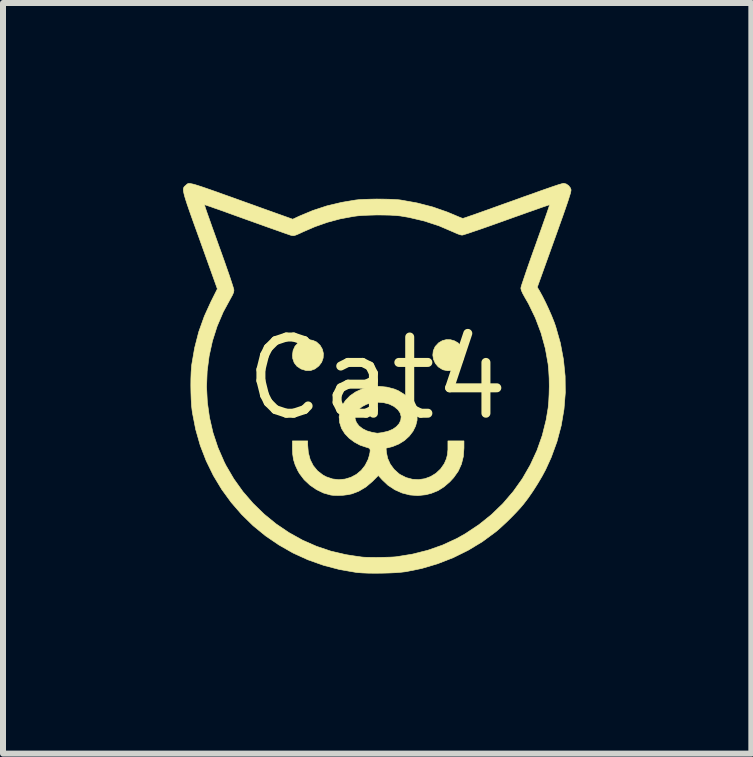
<source format=kicad_pcb>
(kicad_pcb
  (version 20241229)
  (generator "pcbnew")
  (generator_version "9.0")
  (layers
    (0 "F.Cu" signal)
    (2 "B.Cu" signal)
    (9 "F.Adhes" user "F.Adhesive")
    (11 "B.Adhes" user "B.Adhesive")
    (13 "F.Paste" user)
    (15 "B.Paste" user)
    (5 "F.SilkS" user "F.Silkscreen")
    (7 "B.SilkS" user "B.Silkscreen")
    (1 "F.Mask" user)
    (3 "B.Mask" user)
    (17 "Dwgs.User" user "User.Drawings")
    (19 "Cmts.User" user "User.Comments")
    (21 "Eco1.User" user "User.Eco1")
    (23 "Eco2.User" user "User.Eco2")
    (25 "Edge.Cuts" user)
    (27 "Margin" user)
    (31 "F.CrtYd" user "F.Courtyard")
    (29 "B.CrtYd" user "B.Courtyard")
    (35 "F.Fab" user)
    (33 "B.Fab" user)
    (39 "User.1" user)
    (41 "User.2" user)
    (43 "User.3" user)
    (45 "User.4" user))
  (footprint "Cat4"
    (layer "F.Cu")
    (at 3.233 3.256)
    (property "Reference" "Cat4" (at 0 0 0) (layer "F.SilkS") (effects (font (size 1.27 1.27) (thickness 0.15))))
    (attr through_hole)
    (fp_poly (pts (xy -1.069 -0.634) (xy -1.012 -0.609) (xy -1.007 -0.606) (xy -0.949 -0.552) (xy -0.911 -0.486) (xy -0.894 -0.415) (xy -0.898 -0.341) (xy -0.923 -0.27) (xy -0.97 -0.208) (xy -1.035 -0.158) (xy -1.106 -0.132) (xy -1.181 -0.131) (xy -1.261 -0.156) (xy -1.267 -0.158) (xy -1.334 -0.202) (xy -1.38 -0.26) (xy -1.405 -0.332) (xy -1.41 -0.384) (xy -1.399 -0.467) (xy -1.367 -0.537) (xy -1.314 -0.594) (xy -1.258 -0.629) (xy -1.202 -0.645) (xy -1.136 -0.647) (xy -1.069 -0.634)) (stroke (width 0.01) (type solid)) (fill yes) (layer "F.SilkS"))
    (fp_poly (pts (xy 1.225 -0.645) (xy 1.291 -0.626) (xy 1.35 -0.592) (xy 1.398 -0.541) (xy 1.431 -0.477) (xy 1.445 -0.408) (xy 1.44 -0.331) (xy 1.413 -0.262) (xy 1.371 -0.205) (xy 1.314 -0.162) (xy 1.249 -0.135) (xy 1.178 -0.128) (xy 1.104 -0.143) (xy 1.086 -0.151) (xy 1.02 -0.193) (xy 0.972 -0.25) (xy 0.941 -0.317) (xy 0.929 -0.389) (xy 0.937 -0.461) (xy 0.968 -0.53) (xy 0.973 -0.536) (xy 1.026 -0.593) (xy 1.089 -0.63) (xy 1.156 -0.647) (xy 1.225 -0.645)) (stroke (width 0.01) (type solid)) (fill yes) (layer "F.SilkS"))
    (fp_poly (pts (xy 0.166 0.145) (xy 0.285 0.176) (xy 0.353 0.204) (xy 0.446 0.261) (xy 0.527 0.332) (xy 0.593 0.414) (xy 0.64 0.502) (xy 0.666 0.592) (xy 0.667 0.602) (xy 0.667 0.697) (xy 0.643 0.791) (xy 0.599 0.88) (xy 0.536 0.962) (xy 0.457 1.034) (xy 0.364 1.092) (xy 0.259 1.135) (xy 0.216 1.146) (xy 0.15 1.162) (xy 0.156 1.234) (xy 0.177 1.333) (xy 0.22 1.428) (xy 0.283 1.514) (xy 0.361 1.585) (xy 0.383 1.601) (xy 0.484 1.652) (xy 0.588 1.68) (xy 0.693 1.686) (xy 0.796 1.671) (xy 0.893 1.635) (xy 0.981 1.581) (xy 1.058 1.509) (xy 1.12 1.421) (xy 1.156 1.338) (xy 1.173 1.269) (xy 1.181 1.187) (xy 1.181 1.154) (xy 1.181 1.041) (xy 1.448 1.041) (xy 1.448 1.159) (xy 1.438 1.3) (xy 1.406 1.428) (xy 1.353 1.545) (xy 1.276 1.654) (xy 1.214 1.721) (xy 1.116 1.806) (xy 1.015 1.87) (xy 0.905 1.914) (xy 0.813 1.938) (xy 0.68 1.952) (xy 0.547 1.942) (xy 0.417 1.909) (xy 0.294 1.854) (xy 0.181 1.779) (xy 0.087 1.69) (xy 0.021 1.617) (xy -0.075 1.714) (xy -0.185 1.808) (xy -0.304 1.879) (xy -0.419 1.923) (xy -0.486 1.937) (xy -0.566 1.947) (xy -0.651 1.95) (xy -0.729 1.948) (xy -0.772 1.943) (xy -0.893 1.909) (xy -1.01 1.852) (xy -1.119 1.777) (xy -1.215 1.687) (xy -1.293 1.584) (xy -1.32 1.537) (xy -1.364 1.442) (xy -1.392 1.353) (xy -1.406 1.26) (xy -1.41 1.166) (xy -1.41 1.041) (xy -1.156 1.041) (xy -1.156 1.108) (xy -1.145 1.237) (xy -1.114 1.353) (xy -1.063 1.454) (xy -0.992 1.54) (xy -0.903 1.609) (xy -0.845 1.64) (xy -0.742 1.675) (xy -0.637 1.687) (xy -0.533 1.677) (xy -0.434 1.647) (xy -0.343 1.598) (xy -0.263 1.531) (xy -0.198 1.448) (xy -0.149 1.351) (xy -0.134 1.302) (xy -0.119 1.242) (xy -0.114 1.202) (xy -0.119 1.176) (xy -0.135 1.161) (xy -0.165 1.15) (xy -0.181 1.146) (xy -0.283 1.112) (xy -0.379 1.06) (xy -0.466 0.995) (xy -0.537 0.92) (xy -0.589 0.838) (xy -0.592 0.832) (xy -0.624 0.734) (xy -0.631 0.652) (xy -0.367 0.652) (xy -0.365 0.675) (xy -0.344 0.734) (xy -0.303 0.789) (xy -0.243 0.837) (xy -0.169 0.874) (xy -0.084 0.898) (xy -0.074 0.9) (xy -0.035 0.907) (xy -0.008 0.911) (xy 0 0.913) (xy 0.015 0.912) (xy 0.048 0.908) (xy 0.092 0.902) (xy 0.093 0.901) (xy 0.184 0.88) (xy 0.262 0.847) (xy 0.324 0.803) (xy 0.369 0.752) (xy 0.395 0.696) (xy 0.402 0.637) (xy 0.386 0.577) (xy 0.349 0.522) (xy 0.283 0.467) (xy 0.202 0.427) (xy 0.111 0.404) (xy 0.015 0.396) (xy -0.081 0.404) (xy -0.171 0.429) (xy -0.251 0.47) (xy -0.282 0.495) (xy -0.332 0.547) (xy -0.359 0.597) (xy -0.367 0.652) (xy -0.631 0.652) (xy -0.632 0.637) (xy -0.617 0.541) (xy -0.581 0.45) (xy -0.525 0.366) (xy -0.451 0.29) (xy -0.359 0.226) (xy -0.252 0.176) (xy -0.204 0.16) (xy -0.086 0.136) (xy 0.04 0.132) (xy 0.166 0.145)) (stroke (width 0.01) (type solid)) (fill yes) (layer "F.SilkS"))
    (fp_poly (pts (xy 3.153 -3.24) (xy 3.193 -3.212) (xy 3.222 -3.174) (xy 3.232 -3.146) (xy 3.232 -3.133) (xy 3.228 -3.111) (xy 3.22 -3.078) (xy 3.206 -3.033) (xy 3.188 -2.975) (xy 3.163 -2.901) (xy 3.132 -2.811) (xy 3.094 -2.702) (xy 3.048 -2.574) (xy 2.995 -2.424) (xy 2.955 -2.313) (xy 2.67 -1.52) (xy 2.709 -1.455) (xy 2.756 -1.369) (xy 2.808 -1.266) (xy 2.86 -1.155) (xy 2.909 -1.043) (xy 2.951 -0.938) (xy 2.976 -0.867) (xy 3.054 -0.592) (xy 3.106 -0.315) (xy 3.134 -0.038) (xy 3.137 0.238) (xy 3.115 0.513) (xy 3.069 0.785) (xy 2.998 1.053) (xy 2.902 1.316) (xy 2.81 1.518) (xy 2.75 1.63) (xy 2.678 1.752) (xy 2.599 1.876) (xy 2.519 1.992) (xy 2.445 2.089) (xy 2.389 2.156) (xy 2.318 2.233) (xy 2.238 2.315) (xy 2.155 2.397) (xy 2.073 2.473) (xy 2 2.538) (xy 1.975 2.558) (xy 1.754 2.721) (xy 1.517 2.864) (xy 1.268 2.987) (xy 1.009 3.088) (xy 0.743 3.167) (xy 0.482 3.22) (xy 0.405 3.229) (xy 0.309 3.237) (xy 0.201 3.242) (xy 0.085 3.245) (xy -0.031 3.246) (xy -0.143 3.245) (xy -0.242 3.241) (xy -0.324 3.235) (xy -0.343 3.233) (xy -0.622 3.185) (xy -0.892 3.114) (xy -1.152 3.022) (xy -1.4 2.909) (xy -1.635 2.775) (xy -1.857 2.624) (xy -2.065 2.454) (xy -2.256 2.267) (xy -2.431 2.065) (xy -2.589 1.848) (xy -2.728 1.617) (xy -2.847 1.373) (xy -2.946 1.117) (xy -3.022 0.851) (xy -3.076 0.575) (xy -3.081 0.54) (xy -3.091 0.454) (xy -3.097 0.351) (xy -3.101 0.237) (xy -3.103 0.118) (xy -3.102 0.002) (xy -3.098 -0.106) (xy -3.091 -0.197) (xy -3.088 -0.229) (xy -3.04 -0.508) (xy -2.971 -0.777) (xy -2.878 -1.037) (xy -2.769 -1.276) (xy -2.661 -1.492) (xy -2.95 -2.299) (xy -3.009 -2.463) (xy -3.06 -2.604) (xy -3.103 -2.725) (xy -3.139 -2.828) (xy -3.161 -2.893) (xy -2.877 -2.893) (xy -2.873 -2.881) (xy -2.862 -2.847) (xy -2.844 -2.793) (xy -2.819 -2.722) (xy -2.788 -2.635) (xy -2.753 -2.535) (xy -2.713 -2.424) (xy -2.67 -2.304) (xy -2.634 -2.203) (xy -2.588 -2.076) (xy -2.545 -1.955) (xy -2.506 -1.843) (xy -2.47 -1.741) (xy -2.44 -1.651) (xy -2.416 -1.578) (xy -2.398 -1.521) (xy -2.388 -1.485) (xy -2.385 -1.472) (xy -2.39 -1.436) (xy -2.408 -1.392) (xy -2.44 -1.334) (xy -2.441 -1.332) (xy -2.564 -1.106) (xy -2.665 -0.869) (xy -2.743 -0.624) (xy -2.798 -0.374) (xy -2.831 -0.119) (xy -2.841 0.139) (xy -2.828 0.396) (xy -2.792 0.652) (xy -2.734 0.904) (xy -2.652 1.151) (xy -2.548 1.39) (xy -2.519 1.448) (xy -2.387 1.674) (xy -2.236 1.885) (xy -2.066 2.082) (xy -1.881 2.262) (xy -1.681 2.425) (xy -1.468 2.569) (xy -1.244 2.694) (xy -1.01 2.797) (xy -0.769 2.878) (xy -0.521 2.936) (xy -0.419 2.952) (xy -0.36 2.961) (xy -0.308 2.968) (xy -0.269 2.974) (xy -0.254 2.976) (xy -0.219 2.979) (xy -0.164 2.981) (xy -0.095 2.982) (xy -0.017 2.983) (xy 0.065 2.982) (xy 0.146 2.98) (xy 0.219 2.978) (xy 0.279 2.975) (xy 0.318 2.972) (xy 0.589 2.928) (xy 0.847 2.863) (xy 1.094 2.776) (xy 1.33 2.667) (xy 1.472 2.587) (xy 1.699 2.436) (xy 1.908 2.268) (xy 2.099 2.083) (xy 2.271 1.882) (xy 2.423 1.668) (xy 2.554 1.44) (xy 2.665 1.2) (xy 2.753 0.95) (xy 2.818 0.69) (xy 2.851 0.491) (xy 2.861 0.384) (xy 2.867 0.261) (xy 2.87 0.13) (xy 2.868 -0.002) (xy 2.861 -0.126) (xy 2.851 -0.233) (xy 2.851 -0.237) (xy 2.804 -0.5) (xy 2.733 -0.757) (xy 2.639 -1.007) (xy 2.523 -1.247) (xy 2.468 -1.342) (xy 2.428 -1.414) (xy 2.404 -1.468) (xy 2.396 -1.503) (xy 2.396 -1.504) (xy 2.4 -1.523) (xy 2.412 -1.564) (xy 2.432 -1.623) (xy 2.458 -1.7) (xy 2.489 -1.792) (xy 2.525 -1.896) (xy 2.565 -2.01) (xy 2.608 -2.131) (xy 2.639 -2.216) (xy 2.683 -2.341) (xy 2.725 -2.458) (xy 2.763 -2.566) (xy 2.797 -2.662) (xy 2.826 -2.744) (xy 2.849 -2.811) (xy 2.865 -2.859) (xy 2.874 -2.887) (xy 2.876 -2.894) (xy 2.864 -2.891) (xy 2.829 -2.879) (xy 2.775 -2.861) (xy 2.704 -2.836) (xy 2.617 -2.805) (xy 2.516 -2.77) (xy 2.405 -2.73) (xy 2.283 -2.687) (xy 2.161 -2.643) (xy 2.032 -2.597) (xy 1.909 -2.553) (xy 1.795 -2.513) (xy 1.692 -2.477) (xy 1.602 -2.447) (xy 1.527 -2.421) (xy 1.47 -2.403) (xy 1.432 -2.391) (xy 1.416 -2.388) (xy 1.39 -2.393) (xy 1.348 -2.407) (xy 1.299 -2.428) (xy 1.279 -2.437) (xy 1.032 -2.543) (xy 0.784 -2.624) (xy 0.529 -2.684) (xy 0.387 -2.708) (xy 0.312 -2.715) (xy 0.218 -2.721) (xy 0.111 -2.723) (xy -0.003 -2.724) (xy -0.116 -2.721) (xy -0.223 -2.717) (xy -0.317 -2.71) (xy -0.388 -2.701) (xy -0.614 -2.659) (xy -0.826 -2.602) (xy -1.034 -2.529) (xy -1.235 -2.442) (xy -1.297 -2.413) (xy -1.341 -2.394) (xy -1.372 -2.383) (xy -1.396 -2.379) (xy -1.416 -2.381) (xy -1.431 -2.384) (xy -1.453 -2.391) (xy -1.496 -2.406) (xy -1.557 -2.427) (xy -1.635 -2.455) (xy -1.726 -2.487) (xy -1.828 -2.523) (xy -1.939 -2.563) (xy -2.051 -2.603) (xy -2.213 -2.661) (xy -2.352 -2.711) (xy -2.471 -2.754) (xy -2.57 -2.79) (xy -2.652 -2.819) (xy -2.719 -2.842) (xy -2.771 -2.861) (xy -2.811 -2.874) (xy -2.839 -2.884) (xy -2.859 -2.89) (xy -2.87 -2.893) (xy -2.876 -2.893) (xy -2.877 -2.893) (xy -3.161 -2.893) (xy -3.168 -2.913) (xy -3.191 -2.984) (xy -3.208 -3.041) (xy -3.219 -3.086) (xy -3.226 -3.121) (xy -3.228 -3.148) (xy -3.226 -3.168) (xy -3.22 -3.183) (xy -3.212 -3.196) (xy -3.2 -3.207) (xy -3.186 -3.219) (xy -3.186 -3.219) (xy -3.177 -3.227) (xy -3.169 -3.235) (xy -3.161 -3.241) (xy -3.151 -3.246) (xy -3.139 -3.249) (xy -3.122 -3.249) (xy -3.1 -3.245) (xy -3.07 -3.239) (xy -3.032 -3.229) (xy -2.984 -3.214) (xy -2.925 -3.195) (xy -2.852 -3.17) (xy -2.766 -3.14) (xy -2.663 -3.104) (xy -2.544 -3.061) (xy -2.406 -3.012) (xy -2.248 -2.955) (xy -2.069 -2.891) (xy -1.906 -2.832) (xy -1.405 -2.653) (xy -1.296 -2.704) (xy -1.071 -2.798) (xy -0.837 -2.875) (xy -0.589 -2.934) (xy -0.356 -2.973) (xy -0.291 -2.98) (xy -0.208 -2.984) (xy -0.112 -2.987) (xy -0.008 -2.989) (xy 0.097 -2.988) (xy 0.197 -2.986) (xy 0.287 -2.982) (xy 0.361 -2.977) (xy 0.394 -2.973) (xy 0.668 -2.924) (xy 0.928 -2.857) (xy 1.171 -2.772) (xy 1.272 -2.73) (xy 1.328 -2.706) (xy 1.376 -2.686) (xy 1.412 -2.672) (xy 1.43 -2.667) (xy 1.43 -2.667) (xy 1.445 -2.671) (xy 1.482 -2.683) (xy 1.536 -2.702) (xy 1.607 -2.726) (xy 1.691 -2.756) (xy 1.786 -2.79) (xy 1.889 -2.826) (xy 1.926 -2.84) (xy 2.121 -2.91) (xy 2.293 -2.971) (xy 2.444 -3.026) (xy 2.576 -3.072) (xy 2.689 -3.113) (xy 2.785 -3.147) (xy 2.866 -3.175) (xy 2.932 -3.198) (xy 2.986 -3.216) (xy 3.028 -3.23) (xy 3.06 -3.239) (xy 3.084 -3.246) (xy 3.1 -3.25) (xy 3.111 -3.251) (xy 3.112 -3.251) (xy 3.153 -3.24)) (stroke (width 0.01) (type solid)) (fill yes) (layer "F.SilkS")))
  (gr_rect
    (start -3 -3)
    (end 9.47 9.508)
    (stroke (width 0.1) (type default))
    (fill no)
    (layer "Edge.Cuts")))
</source>
